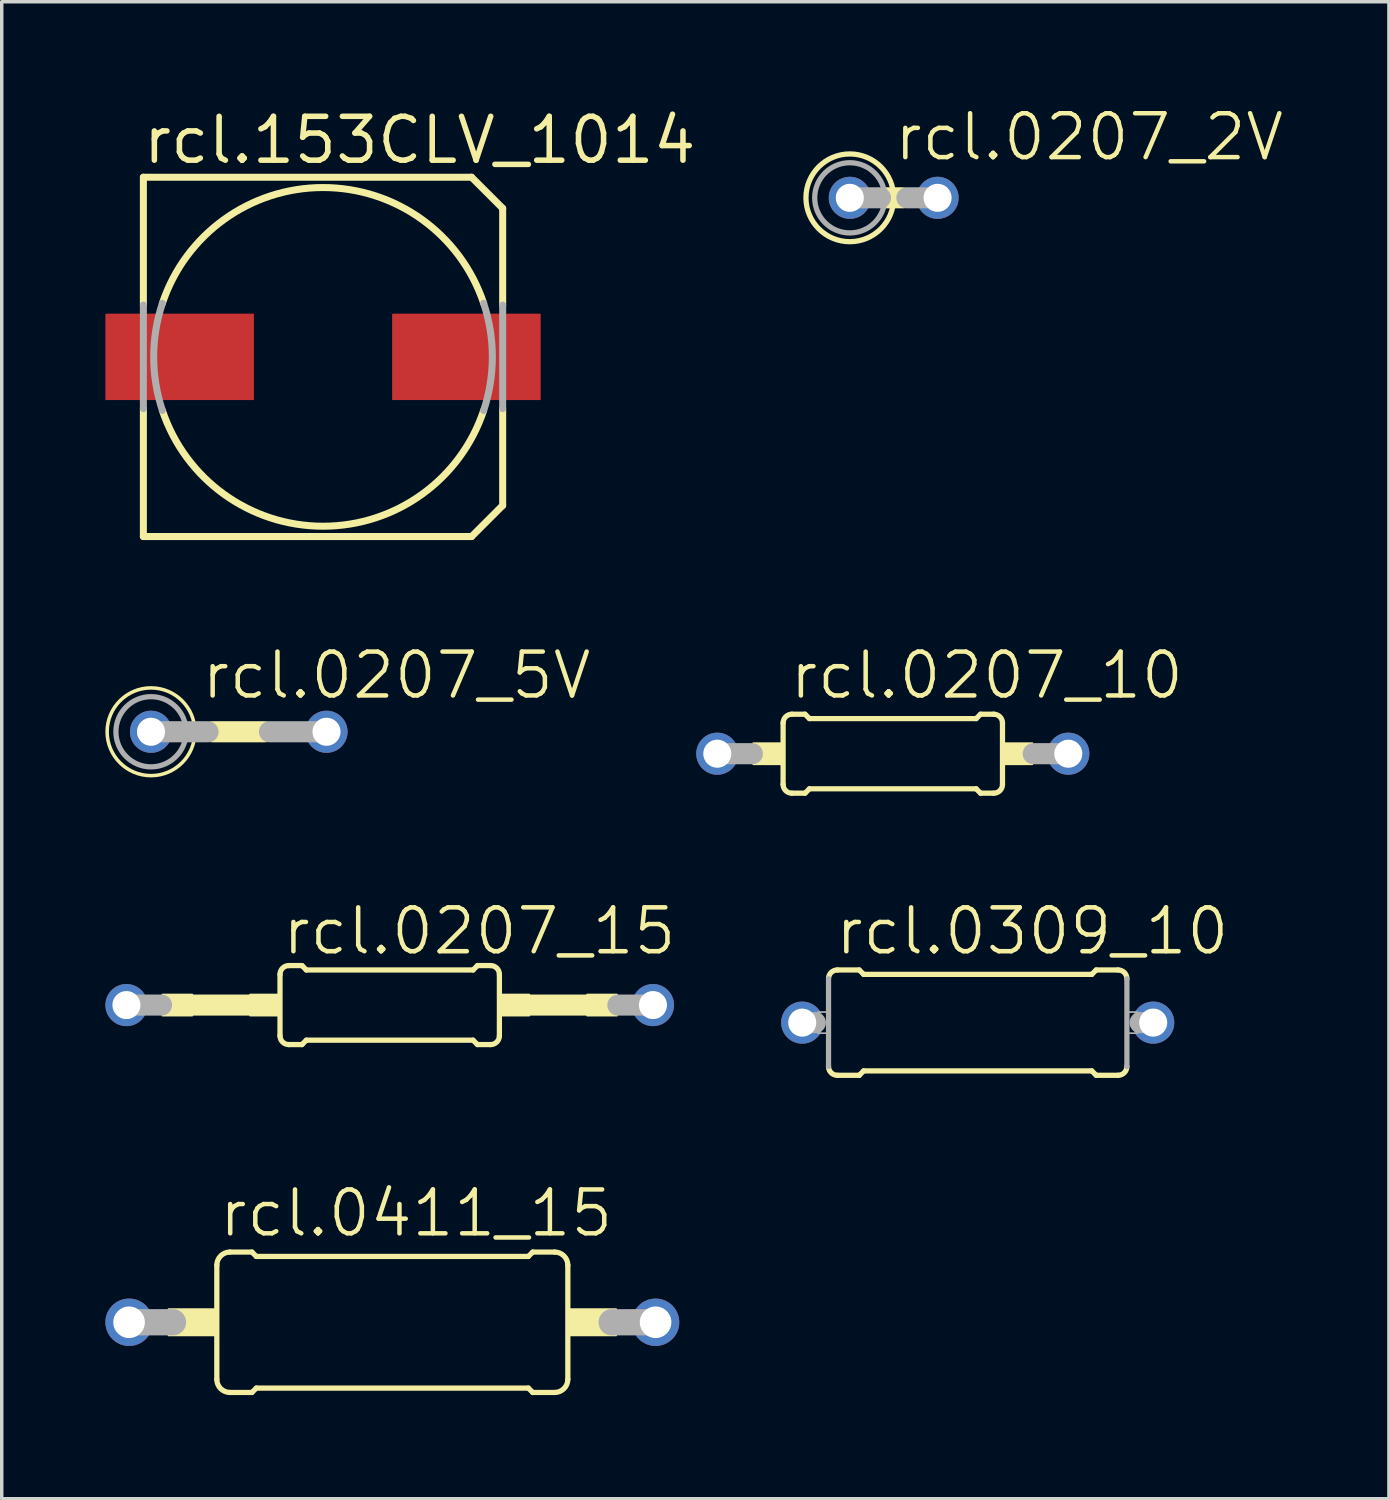
<source format=kicad_pcb>
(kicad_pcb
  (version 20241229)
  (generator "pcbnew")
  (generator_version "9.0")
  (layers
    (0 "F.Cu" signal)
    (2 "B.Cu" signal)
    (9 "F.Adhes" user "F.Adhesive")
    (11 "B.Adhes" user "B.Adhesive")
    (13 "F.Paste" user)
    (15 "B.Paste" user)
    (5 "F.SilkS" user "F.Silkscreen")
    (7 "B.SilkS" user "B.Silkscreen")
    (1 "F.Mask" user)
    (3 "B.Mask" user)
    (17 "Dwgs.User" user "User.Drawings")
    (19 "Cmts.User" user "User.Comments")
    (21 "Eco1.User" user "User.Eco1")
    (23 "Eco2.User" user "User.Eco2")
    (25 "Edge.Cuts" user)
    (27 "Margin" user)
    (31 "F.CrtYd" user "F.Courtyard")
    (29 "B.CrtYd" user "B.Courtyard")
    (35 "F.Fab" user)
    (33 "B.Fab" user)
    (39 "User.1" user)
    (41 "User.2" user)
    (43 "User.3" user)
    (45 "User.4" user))
  (footprint "rcl.0207_10"
    (layer "F.Cu")
    (at 22.792 18.766)
    (property "Reference" "rcl.0207_10" (at -3.048 -1.524 0) (layer "F.SilkS") (effects (font (size 1.27 1.27) (thickness 0.13)) (justify left bottom)))
    (attr through_hole)
    (fp_line (start -3.175 0.889) (end -3.175 -0.889) (stroke (width 0.152) (type default)) (layer "F.SilkS"))
    (fp_line (start -2.921 -1.143) (end -2.54 -1.143) (stroke (width 0.152) (type default)) (layer "F.SilkS"))
    (fp_line (start -2.921 1.143) (end -2.54 1.143) (stroke (width 0.152) (type default)) (layer "F.SilkS"))
    (fp_line (start -2.413 -1.016) (end -2.54 -1.143) (stroke (width 0.152) (type default)) (layer "F.SilkS"))
    (fp_line (start -2.413 1.016) (end -2.54 1.143) (stroke (width 0.152) (type default)) (layer "F.SilkS"))
    (fp_line (start 2.413 -1.016) (end -2.413 -1.016) (stroke (width 0.152) (type default)) (layer "F.SilkS"))
    (fp_line (start 2.413 -1.016) (end 2.54 -1.143) (stroke (width 0.152) (type default)) (layer "F.SilkS"))
    (fp_line (start 2.413 1.016) (end -2.413 1.016) (stroke (width 0.152) (type default)) (layer "F.SilkS"))
    (fp_line (start 2.413 1.016) (end 2.54 1.143) (stroke (width 0.152) (type default)) (layer "F.SilkS"))
    (fp_line (start 2.921 -1.143) (end 2.54 -1.143) (stroke (width 0.152) (type default)) (layer "F.SilkS"))
    (fp_line (start 2.921 1.143) (end 2.54 1.143) (stroke (width 0.152) (type default)) (layer "F.SilkS"))
    (fp_line (start 3.175 0.889) (end 3.175 -0.889) (stroke (width 0.152) (type default)) (layer "F.SilkS"))
    (fp_rect (start -4.039 0.305) (end -3.175 -0.305) (stroke (width 0.05) (type default)) (fill yes) (layer "F.SilkS"))
    (fp_rect (start 3.175 0.305) (end 4.039 -0.305) (stroke (width 0.05) (type default)) (fill yes) (layer "F.SilkS"))
    (fp_arc (start -3.175 -0.889) (mid -3.100605 -1.068605) (end -2.921 -1.143) (stroke (width 0.1524) (type default)) (layer "F.SilkS"))
    (fp_arc (start -2.921 1.143) (mid -3.100605 1.068605) (end -3.175 0.889) (stroke (width 0.1524) (type default)) (layer "F.SilkS"))
    (fp_arc (start 2.921 -1.143) (mid 3.100605 -1.068605) (end 3.175 -0.889) (stroke (width 0.1524) (type default)) (layer "F.SilkS"))
    (fp_arc (start 3.175 0.889) (mid 3.100605 1.068605) (end 2.921 1.143) (stroke (width 0.1524) (type default)) (layer "F.SilkS"))
    (fp_line (start -5.08 0) (end -4.064 0) (stroke (width 0.61) (type default)) (layer "F.Fab"))
    (fp_line (start 5.08 0) (end 4.064 0) (stroke (width 0.61) (type default)) (layer "F.Fab"))
    (pad "1" thru_hole circle (at -5.08 0) (size 1.219 1.219) (drill 0.813) (layers "*.Cu" "*.Mask"))
    (pad "2" thru_hole circle (at 5.08 0) (size 1.219 1.219) (drill 0.813) (layers "*.Cu" "*.Mask")))
  (footprint "rcl.153CLV_1014"
    (layer "F.Cu")
    (at 6.3 7.28)
    (property "Reference" "rcl.153CLV_1014" (at -5.29 -5.53 0) (layer "F.SilkS") (effects (font (size 1.27 1.27) (thickness 0.16)) (justify left bottom)))
    (attr smd)
    (fp_line (start -5.2 -5.2) (end 4.3 -5.2) (stroke (width 0.203) (type default)) (layer "F.SilkS"))
    (fp_line (start -5.2 -1.5) (end -5.2 -5.2) (stroke (width 0.203) (type default)) (layer "F.SilkS"))
    (fp_line (start -5.2 5.2) (end -5.2 1.5) (stroke (width 0.203) (type default)) (layer "F.SilkS"))
    (fp_line (start 4.3 -5.2) (end 5.2 -4.3) (stroke (width 0.203) (type default)) (layer "F.SilkS"))
    (fp_line (start 4.3 5.2) (end -5.2 5.2) (stroke (width 0.203) (type default)) (layer "F.SilkS"))
    (fp_line (start 5.2 -4.3) (end 5.2 -1.5) (stroke (width 0.203) (type default)) (layer "F.SilkS"))
    (fp_line (start 5.2 1.5) (end 5.2 4.3) (stroke (width 0.203) (type default)) (layer "F.SilkS"))
    (fp_line (start 5.2 4.3) (end 4.3 5.2) (stroke (width 0.203) (type default)) (layer "F.SilkS"))
    (fp_arc (start -4.65 -1.55) (mid 0 -4.90153) (end 4.65 -1.55) (stroke (width 0.2032) (type default)) (layer "F.SilkS"))
    (fp_arc (start 4.65 1.55) (mid 0 4.90153) (end -4.65 1.55) (stroke (width 0.2032) (type default)) (layer "F.SilkS"))
    (fp_line (start -5.2 1.5) (end -5.2 -1.5) (stroke (width 0.203) (type default)) (layer "F.Fab"))
    (fp_line (start 5.2 -1.5) (end 5.2 1.5) (stroke (width 0.203) (type default)) (layer "F.Fab"))
    (fp_arc (start -4.65 1.55) (mid -4.90153 0) (end -4.65 -1.55) (stroke (width 0.2032) (type default)) (layer "F.Fab"))
    (fp_arc (start 4.65 -1.55) (mid 4.90153 0) (end 4.65 1.55) (stroke (width 0.2032) (type default)) (layer "F.Fab"))
    (pad "+" smd roundrect (at 4.15 0) (size 4.3 2.5) (layers "F.Cu" "F.Mask" "F.Paste") (roundrect_rratio 0.01))
    (pad "-" smd roundrect (at -4.15 0) (size 4.3 2.5) (layers "F.Cu" "F.Mask" "F.Paste") (roundrect_rratio 0.01)))
  (footprint "rcl.0411_15"
    (layer "F.Cu")
    (at 8.306 35.223)
    (property "Reference" "rcl.0411_15" (at -5.08 -2.413 0) (layer "F.SilkS") (effects (font (size 1.27 1.27) (thickness 0.13)) (justify left bottom)))
    (attr through_hole)
    (fp_line (start -5.08 -1.651) (end -5.08 1.651) (stroke (width 0.152) (type default)) (layer "F.SilkS"))
    (fp_line (start -4.699 -2.032) (end -4.064 -2.032) (stroke (width 0.152) (type default)) (layer "F.SilkS"))
    (fp_line (start -4.699 2.032) (end -4.064 2.032) (stroke (width 0.152) (type default)) (layer "F.SilkS"))
    (fp_line (start -3.937 -1.905) (end -4.064 -2.032) (stroke (width 0.152) (type default)) (layer "F.SilkS"))
    (fp_line (start -3.937 -1.905) (end 3.937 -1.905) (stroke (width 0.152) (type default)) (layer "F.SilkS"))
    (fp_line (start -3.937 1.905) (end -4.064 2.032) (stroke (width 0.152) (type default)) (layer "F.SilkS"))
    (fp_line (start -3.937 1.905) (end 3.937 1.905) (stroke (width 0.152) (type default)) (layer "F.SilkS"))
    (fp_line (start 3.937 -1.905) (end 4.064 -2.032) (stroke (width 0.152) (type default)) (layer "F.SilkS"))
    (fp_line (start 3.937 1.905) (end 4.064 2.032) (stroke (width 0.152) (type default)) (layer "F.SilkS"))
    (fp_line (start 4.699 -2.032) (end 4.064 -2.032) (stroke (width 0.152) (type default)) (layer "F.SilkS"))
    (fp_line (start 4.699 2.032) (end 4.064 2.032) (stroke (width 0.152) (type default)) (layer "F.SilkS"))
    (fp_line (start 5.08 1.651) (end 5.08 -1.651) (stroke (width 0.152) (type default)) (layer "F.SilkS"))
    (fp_rect (start -6.477 0.381) (end -5.08 -0.381) (stroke (width 0.05) (type default)) (fill yes) (layer "F.SilkS"))
    (fp_rect (start 5.08 0.381) (end 6.477 -0.381) (stroke (width 0.05) (type default)) (fill yes) (layer "F.SilkS"))
    (fp_arc (start -5.08 -1.651) (mid -4.968408 -1.920408) (end -4.699 -2.032) (stroke (width 0.1524) (type default)) (layer "F.SilkS"))
    (fp_arc (start -4.699 2.032) (mid -4.968408 1.920408) (end -5.08 1.651) (stroke (width 0.1524) (type default)) (layer "F.SilkS"))
    (fp_arc (start 4.699 -2.032) (mid 4.968408 -1.920408) (end 5.08 -1.651) (stroke (width 0.1524) (type default)) (layer "F.SilkS"))
    (fp_arc (start 5.08 1.651) (mid 4.968408 1.920408) (end 4.699 2.032) (stroke (width 0.1524) (type default)) (layer "F.SilkS"))
    (fp_line (start -7.62 0) (end -6.35 0) (stroke (width 0.762) (type default)) (layer "F.Fab"))
    (fp_line (start 6.35 0) (end 7.62 0) (stroke (width 0.762) (type default)) (layer "F.Fab"))
    (pad "1" thru_hole circle (at -7.62 0) (size 1.372 1.372) (drill 0.914) (layers "*.Cu" "*.Mask"))
    (pad "2" thru_hole circle (at 7.62 0) (size 1.372 1.372) (drill 0.914) (layers "*.Cu" "*.Mask")))
  (footprint "rcl.0207_5V"
    (layer "F.Cu")
    (at 3.861 18.131)
    (property "Reference" "rcl.0207_5V" (at -1.143 -0.889 0) (layer "F.SilkS") (effects (font (size 1.27 1.27) (thickness 0.13)) (justify left bottom)))
    (attr through_hole)
    (fp_line (start -0.762 0) (end 0.762 0) (stroke (width 0.61) (type default)) (layer "F.SilkS"))
    (fp_circle (center -2.54 0) (end -1.27 0) (stroke (width 0.102) (type default)) (fill no) (layer "F.SilkS"))
    (fp_line (start -2.54 0) (end -0.889 0) (stroke (width 0.61) (type default)) (layer "F.Fab"))
    (fp_line (start 0.889 0) (end 2.54 0) (stroke (width 0.61) (type default)) (layer "F.Fab"))
    (fp_circle (center -2.54 0) (end -1.524 0) (stroke (width 0.152) (type default)) (fill no) (layer "F.Fab"))
    (pad "1" thru_hole circle (at -2.54 0) (size 1.219 1.219) (drill 0.813) (layers "*.Cu" "*.Mask"))
    (pad "2" thru_hole circle (at 2.54 0) (size 1.219 1.219) (drill 0.813) (layers "*.Cu" "*.Mask")))
  (footprint "rcl.0207_15"
    (layer "F.Cu")
    (at 8.23 26.042)
    (property "Reference" "rcl.0207_15" (at -3.175 -1.397 0) (layer "F.SilkS") (effects (font (size 1.27 1.27) (thickness 0.13)) (justify left bottom)))
    (attr through_hole)
    (fp_line (start -5.715 0) (end -4.064 0) (stroke (width 0.61) (type default)) (layer "F.SilkS"))
    (fp_line (start -3.175 0.889) (end -3.175 -0.889) (stroke (width 0.152) (type default)) (layer "F.SilkS"))
    (fp_line (start -2.921 -1.143) (end -2.54 -1.143) (stroke (width 0.152) (type default)) (layer "F.SilkS"))
    (fp_line (start -2.921 1.143) (end -2.54 1.143) (stroke (width 0.152) (type default)) (layer "F.SilkS"))
    (fp_line (start -2.413 -1.016) (end -2.54 -1.143) (stroke (width 0.152) (type default)) (layer "F.SilkS"))
    (fp_line (start -2.413 1.016) (end -2.54 1.143) (stroke (width 0.152) (type default)) (layer "F.SilkS"))
    (fp_line (start 2.413 -1.016) (end -2.413 -1.016) (stroke (width 0.152) (type default)) (layer "F.SilkS"))
    (fp_line (start 2.413 -1.016) (end 2.54 -1.143) (stroke (width 0.152) (type default)) (layer "F.SilkS"))
    (fp_line (start 2.413 1.016) (end -2.413 1.016) (stroke (width 0.152) (type default)) (layer "F.SilkS"))
    (fp_line (start 2.413 1.016) (end 2.54 1.143) (stroke (width 0.152) (type default)) (layer "F.SilkS"))
    (fp_line (start 2.921 -1.143) (end 2.54 -1.143) (stroke (width 0.152) (type default)) (layer "F.SilkS"))
    (fp_line (start 2.921 1.143) (end 2.54 1.143) (stroke (width 0.152) (type default)) (layer "F.SilkS"))
    (fp_line (start 3.175 0.889) (end 3.175 -0.889) (stroke (width 0.152) (type default)) (layer "F.SilkS"))
    (fp_line (start 5.715 0) (end 4.064 0) (stroke (width 0.61) (type default)) (layer "F.SilkS"))
    (fp_rect (start -6.579 0.305) (end -5.715 -0.305) (stroke (width 0.05) (type default)) (fill yes) (layer "F.SilkS"))
    (fp_rect (start -4.039 0.305) (end -3.175 -0.305) (stroke (width 0.05) (type default)) (fill yes) (layer "F.SilkS"))
    (fp_rect (start 3.175 0.305) (end 4.039 -0.305) (stroke (width 0.05) (type default)) (fill yes) (layer "F.SilkS"))
    (fp_rect (start 5.715 0.305) (end 6.579 -0.305) (stroke (width 0.05) (type default)) (fill yes) (layer "F.SilkS"))
    (fp_arc (start -3.175 -0.889) (mid -3.100605 -1.068605) (end -2.921 -1.143) (stroke (width 0.1524) (type default)) (layer "F.SilkS"))
    (fp_arc (start -2.921 1.143) (mid -3.100605 1.068605) (end -3.175 0.889) (stroke (width 0.1524) (type default)) (layer "F.SilkS"))
    (fp_arc (start 2.921 -1.143) (mid 3.100605 -1.068605) (end 3.175 -0.889) (stroke (width 0.1524) (type default)) (layer "F.SilkS"))
    (fp_arc (start 3.175 0.889) (mid 3.100605 1.068605) (end 2.921 1.143) (stroke (width 0.1524) (type default)) (layer "F.SilkS"))
    (fp_line (start -7.62 0) (end -6.604 0) (stroke (width 0.61) (type default)) (layer "F.Fab"))
    (fp_line (start 7.62 0) (end 6.604 0) (stroke (width 0.61) (type default)) (layer "F.Fab"))
    (pad "1" thru_hole circle (at -7.62 0) (size 1.219 1.219) (drill 0.813) (layers "*.Cu" "*.Mask"))
    (pad "2" thru_hole circle (at 7.62 0) (size 1.219 1.219) (drill 0.813) (layers "*.Cu" "*.Mask")))
  (footprint "rcl.0309_10"
    (layer "F.Cu")
    (at 25.25 26.55)
    (property "Reference" "rcl.0309_10" (at -4.191 -1.905 0) (layer "F.SilkS") (effects (font (size 1.27 1.27) (thickness 0.13)) (justify left bottom)))
    (attr through_hole)
    (fp_line (start -4.064 -1.524) (end -3.429 -1.524) (stroke (width 0.152) (type default)) (layer "F.SilkS"))
    (fp_line (start -4.064 1.524) (end -3.429 1.524) (stroke (width 0.152) (type default)) (layer "F.SilkS"))
    (fp_line (start -3.302 -1.397) (end -3.429 -1.524) (stroke (width 0.152) (type default)) (layer "F.SilkS"))
    (fp_line (start -3.302 1.397) (end -3.429 1.524) (stroke (width 0.152) (type default)) (layer "F.SilkS"))
    (fp_line (start 3.302 -1.397) (end -3.302 -1.397) (stroke (width 0.152) (type default)) (layer "F.SilkS"))
    (fp_line (start 3.302 -1.397) (end 3.429 -1.524) (stroke (width 0.152) (type default)) (layer "F.SilkS"))
    (fp_line (start 3.302 1.397) (end -3.302 1.397) (stroke (width 0.152) (type default)) (layer "F.SilkS"))
    (fp_line (start 3.302 1.397) (end 3.429 1.524) (stroke (width 0.152) (type default)) (layer "F.SilkS"))
    (fp_line (start 4.064 -1.524) (end 3.429 -1.524) (stroke (width 0.152) (type default)) (layer "F.SilkS"))
    (fp_line (start 4.064 1.524) (end 3.429 1.524) (stroke (width 0.152) (type default)) (layer "F.SilkS"))
    (fp_arc (start -4.318 -1.27) (mid -4.243605 -1.449605) (end -4.064 -1.524) (stroke (width 0.1524) (type default)) (layer "F.SilkS"))
    (fp_arc (start -4.064 1.524) (mid -4.243605 1.449605) (end -4.318 1.27) (stroke (width 0.1524) (type default)) (layer "F.SilkS"))
    (fp_arc (start 4.064 -1.524) (mid 4.243605 -1.449605) (end 4.318 -1.27) (stroke (width 0.1524) (type default)) (layer "F.SilkS"))
    (fp_arc (start 4.318 1.27) (mid 4.243605 1.449605) (end 4.064 1.524) (stroke (width 0.1524) (type default)) (layer "F.SilkS"))
    (fp_line (start -4.699 0) (end -5.08 0) (stroke (width 0.61) (type default)) (layer "F.Fab"))
    (fp_line (start -4.318 1.27) (end -4.318 -1.27) (stroke (width 0.152) (type default)) (layer "F.Fab"))
    (fp_line (start 4.318 1.27) (end 4.318 -1.27) (stroke (width 0.152) (type default)) (layer "F.Fab"))
    (fp_line (start 5.08 0) (end 4.699 0) (stroke (width 0.61) (type default)) (layer "F.Fab"))
    (fp_rect (start -4.623 0.305) (end -4.318 -0.305) (stroke (width 0.05) (type default)) (fill no) (layer "F.Fab"))
    (fp_rect (start 4.318 0.305) (end 4.623 -0.305) (stroke (width 0.05) (type default)) (fill no) (layer "F.Fab"))
    (pad "1" thru_hole circle (at -5.08 0) (size 1.219 1.219) (drill 0.813) (layers "*.Cu" "*.Mask"))
    (pad "2" thru_hole circle (at 5.08 0) (size 1.219 1.219) (drill 0.813) (layers "*.Cu" "*.Mask")))
  (footprint "rcl.0207_2V"
    (layer "F.Cu")
    (at 22.818 2.676)
    (property "Reference" "rcl.0207_2V" (at -0.051 -1.016 0) (layer "F.SilkS") (effects (font (size 1.27 1.27) (thickness 0.13)) (justify left bottom)))
    (attr through_hole)
    (fp_line (start -0.254 0) (end 0.254 0) (stroke (width 0.61) (type default)) (layer "F.SilkS"))
    (fp_circle (center -1.27 0) (end 0 0) (stroke (width 0.152) (type default)) (fill no) (layer "F.SilkS"))
    (fp_line (start -1.27 0) (end -0.381 0) (stroke (width 0.61) (type default)) (layer "F.Fab"))
    (fp_line (start 0.381 0) (end 1.27 0) (stroke (width 0.61) (type default)) (layer "F.Fab"))
    (fp_circle (center -1.27 0) (end -0.254 0) (stroke (width 0.152) (type default)) (fill no) (layer "F.Fab"))
    (pad "1" thru_hole circle (at -1.27 0) (size 1.219 1.219) (drill 0.813) (layers "*.Cu" "*.Mask"))
    (pad "2" thru_hole circle (at 1.27 0) (size 1.219 1.219) (drill 0.813) (layers "*.Cu" "*.Mask")))
  (gr_rect
    (start -3 -3)
    (end 37.152 40.331)
    (stroke (width 0.1) (type default))
    (fill no)
    (layer "Edge.Cuts")))
</source>
